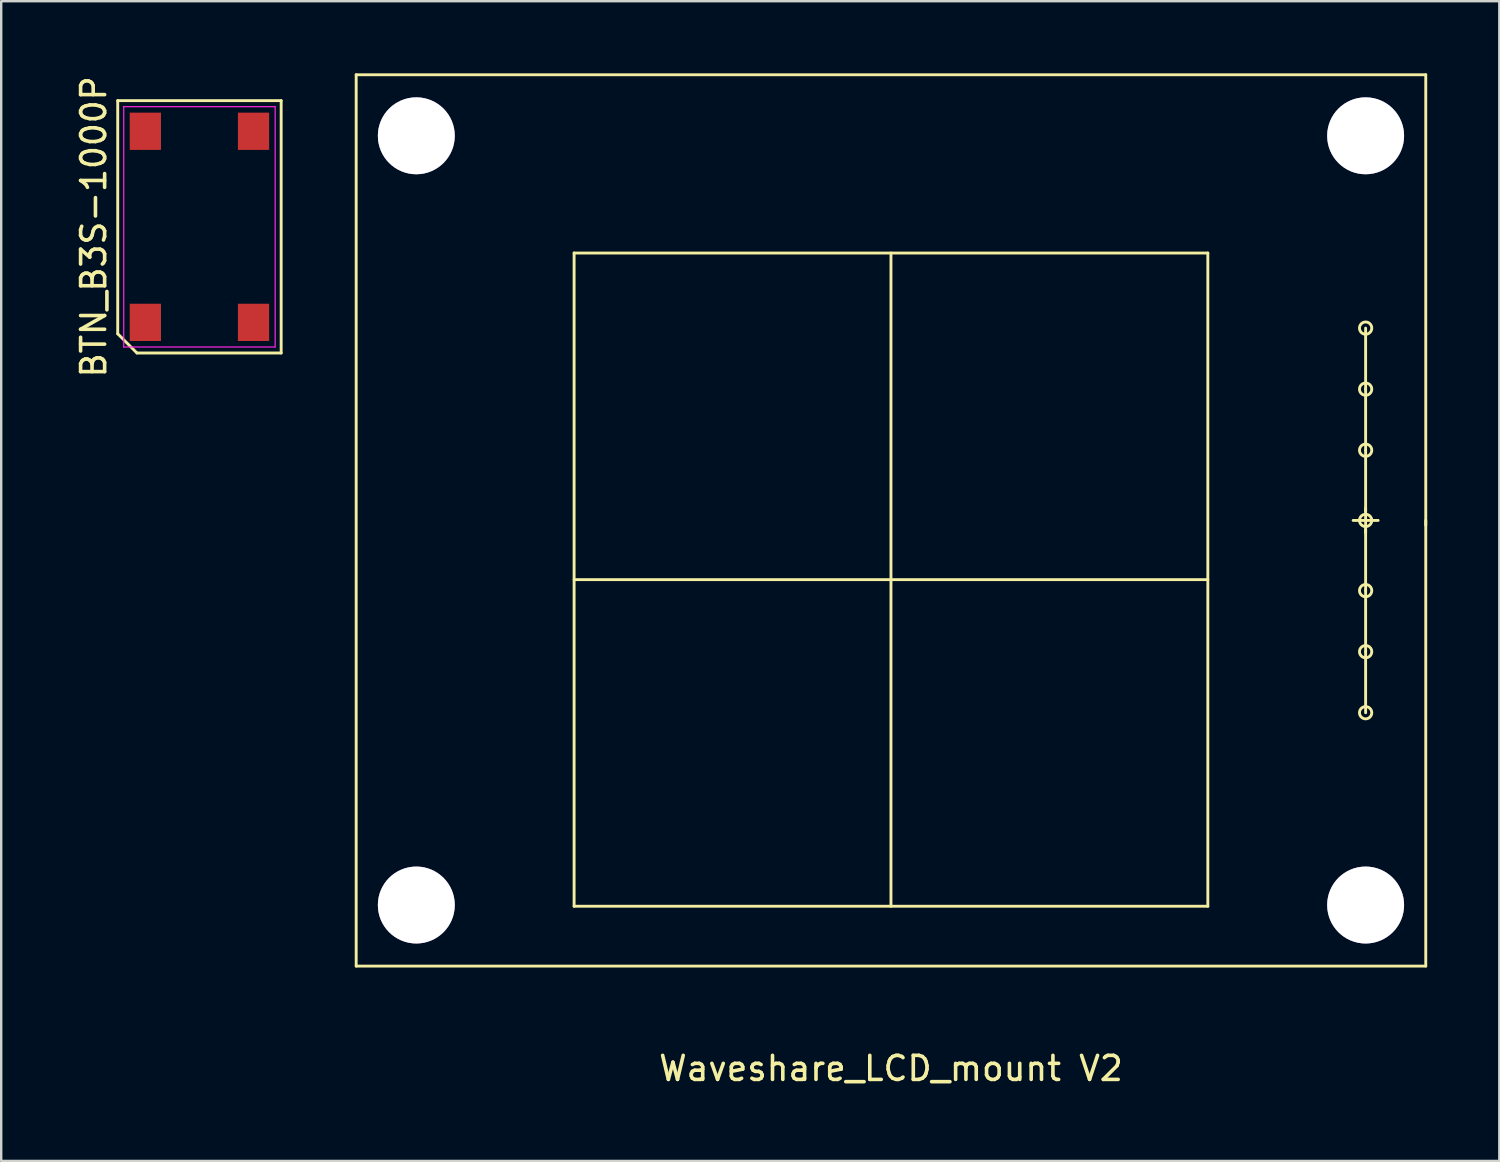
<source format=kicad_pcb>
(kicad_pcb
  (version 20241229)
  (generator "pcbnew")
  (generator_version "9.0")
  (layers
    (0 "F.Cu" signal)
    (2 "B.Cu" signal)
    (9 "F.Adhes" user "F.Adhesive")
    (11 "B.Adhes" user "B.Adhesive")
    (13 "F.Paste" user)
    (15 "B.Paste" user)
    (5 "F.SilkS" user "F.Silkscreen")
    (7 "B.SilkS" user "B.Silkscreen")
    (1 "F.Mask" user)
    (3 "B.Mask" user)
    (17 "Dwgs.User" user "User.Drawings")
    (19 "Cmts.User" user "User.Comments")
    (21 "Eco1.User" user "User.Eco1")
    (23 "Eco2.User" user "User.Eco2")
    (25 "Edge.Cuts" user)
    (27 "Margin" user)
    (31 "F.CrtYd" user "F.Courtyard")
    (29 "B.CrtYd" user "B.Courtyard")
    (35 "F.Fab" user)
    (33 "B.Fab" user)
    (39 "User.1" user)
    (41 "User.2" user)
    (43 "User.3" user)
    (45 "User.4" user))
  (footprint "Waveshare_LCD_mount V2"
    (layer "F.Cu")
    (at 34.019 21.066)
    (property "Reference" "Waveshare_LCD_mount V2" (at 0 20.337 0) (layer "F.SilkS") (effects (font (size 1 1) (thickness 0.15))))
    (attr through_hole)
    (fp_line (start -22.25 -21.006) (end -22.25 16.078) (stroke (width 0.12) (type solid)) (layer "F.SilkS"))
    (fp_line (start -13.183 -13.589) (end -13.183 13.589) (stroke (width 0.12) (type solid)) (layer "F.SilkS"))
    (fp_line (start 0 -13.589) (end 0 13.589) (stroke (width 0.12) (type solid)) (layer "F.SilkS"))
    (fp_line (start 13.183 -13.589) (end -13.183 -13.589) (stroke (width 0.12) (type solid)) (layer "F.SilkS"))
    (fp_line (start 13.183 -13.589) (end 13.183 13.589) (stroke (width 0.12) (type solid)) (layer "F.SilkS"))
    (fp_line (start 13.183 0) (end -13.183 0) (stroke (width 0.12) (type solid)) (layer "F.SilkS"))
    (fp_line (start 13.183 13.589) (end -13.183 13.589) (stroke (width 0.12) (type solid)) (layer "F.SilkS"))
    (fp_line (start 19.748 -10.465) (end 19.748 -7.925) (stroke (width 0.12) (type solid)) (layer "F.SilkS"))
    (fp_line (start 19.748 -5.385) (end 19.748 -7.925) (stroke (width 0.12) (type solid)) (layer "F.SilkS"))
    (fp_line (start 19.748 -2.845) (end 19.748 -5.385) (stroke (width 0.12) (type solid)) (layer "F.SilkS"))
    (fp_line (start 19.748 -2.464) (end 19.228 -2.464) (stroke (width 0.12) (type solid)) (layer "F.SilkS"))
    (fp_line (start 19.748 -2.464) (end 19.748 -2.985) (stroke (width 0.12) (type solid)) (layer "F.SilkS"))
    (fp_line (start 19.748 -2.464) (end 19.748 -1.943) (stroke (width 0.12) (type solid)) (layer "F.SilkS"))
    (fp_line (start 19.748 -2.464) (end 20.269 -2.464) (stroke (width 0.12) (type solid)) (layer "F.SilkS"))
    (fp_line (start 19.748 0.457) (end 19.748 -2.083) (stroke (width 0.12) (type solid)) (layer "F.SilkS"))
    (fp_line (start 19.748 0.457) (end 19.748 2.997) (stroke (width 0.12) (type solid)) (layer "F.SilkS"))
    (fp_line (start 19.748 5.537) (end 19.748 2.997) (stroke (width 0.12) (type solid)) (layer "F.SilkS"))
    (fp_line (start 22.25 -21.006) (end -22.25 -21.006) (stroke (width 0.12) (type solid)) (layer "F.SilkS"))
    (fp_line (start 22.25 -21.006) (end 22.25 16.078) (stroke (width 0.12) (type solid)) (layer "F.SilkS"))
    (fp_line (start 22.25 -2.464) (end 22.25 -2.261) (stroke (width 0.12) (type solid)) (layer "F.SilkS"))
    (fp_line (start 22.25 16.078) (end -22.25 16.078) (stroke (width 0.12) (type solid)) (layer "F.SilkS"))
    (fp_circle (center 19.748 -10.465) (end 20.003 -10.465) (stroke (width 0.12) (type solid)) (fill no) (layer "F.SilkS"))
    (fp_circle (center 19.748 -7.925) (end 20.003 -7.925) (stroke (width 0.12) (type solid)) (fill no) (layer "F.SilkS"))
    (fp_circle (center 19.748 -5.385) (end 20.003 -5.385) (stroke (width 0.12) (type solid)) (fill no) (layer "F.SilkS"))
    (fp_circle (center 19.748 -2.464) (end 20.003 -2.464) (stroke (width 0.12) (type solid)) (fill no) (layer "F.SilkS"))
    (fp_circle (center 19.748 0.457) (end 20.003 0.457) (stroke (width 0.12) (type solid)) (fill no) (layer "F.SilkS"))
    (fp_circle (center 19.748 2.997) (end 20.003 2.997) (stroke (width 0.12) (type solid)) (fill no) (layer "F.SilkS"))
    (fp_circle (center 19.748 5.537) (end 20.003 5.537) (stroke (width 0.12) (type solid)) (fill no) (layer "F.SilkS"))
    (pad "1" thru_hole circle (at 19.748 13.538) (size 3.2 3.2) (drill 3.2) (layers "*.Cu" "*.Mask"))
    (pad "2" thru_hole circle (at -19.748 13.538) (size 3.2 3.2) (drill 3.2) (layers "*.Cu" "*.Mask"))
    (pad "3" thru_hole circle (at -19.748 -18.466) (size 3.2 3.2) (drill 3.2) (layers "*.Cu" "*.Mask"))
    (pad "4" thru_hole circle (at 19.748 -18.466) (size 3.2 3.2) (drill 3.2) (layers "*.Cu" "*.Mask")))
  (footprint "BTN_B3S-1000P"
    (layer "F.Cu")
    (at 5.248 6.387)
    (property "Reference" "BTN_B3S-1000P" (at -4.4 0 90) (layer "F.SilkS") (effects (font (size 1 1) (thickness 0.15))))
    (attr smd)
    (fp_line (start -3.4 -5.25) (end 3.4 -5.25) (stroke (width 0.12) (type solid)) (layer "F.SilkS"))
    (fp_line (start -3.4 4.45) (end -3.4 -5.25) (stroke (width 0.12) (type solid)) (layer "F.SilkS"))
    (fp_line (start -2.6 5.25) (end -3.4 4.45) (stroke (width 0.12) (type solid)) (layer "F.SilkS"))
    (fp_line (start 3.4 -5.25) (end 3.4 5.25) (stroke (width 0.12) (type solid)) (layer "F.SilkS"))
    (fp_line (start 3.4 5.25) (end -2.6 5.25) (stroke (width 0.12) (type solid)) (layer "F.SilkS"))
    (fp_line (start -3.15 -5) (end 3.15 -5) (stroke (width 0.05) (type solid)) (layer "F.CrtYd"))
    (fp_line (start -3.15 5) (end -3.15 -5) (stroke (width 0.05) (type solid)) (layer "F.CrtYd"))
    (fp_line (start 3.15 -5) (end 3.15 5) (stroke (width 0.05) (type solid)) (layer "F.CrtYd"))
    (fp_line (start 3.15 5) (end -3.15 5) (stroke (width 0.05) (type solid)) (layer "F.CrtYd"))
    (pad "1" smd rect (at -2.25 3.975) (size 1.3 1.55) (layers "F.Cu" "F.Mask" "F.Paste"))
    (pad "2" smd rect (at 2.25 3.975) (size 1.3 1.55) (layers "F.Cu" "F.Mask" "F.Paste"))
    (pad "3" smd rect (at 2.25 -3.975) (size 1.3 1.55) (layers "F.Cu" "F.Mask" "F.Paste"))
    (pad "4" smd rect (at -2.25 -3.975) (size 1.3 1.55) (layers "F.Cu" "F.Mask" "F.Paste")))
  (gr_rect
    (start -3 -3)
    (end 59.329 45.251)
    (stroke (width 0.1) (type default))
    (fill no)
    (layer "Edge.Cuts")))
</source>
